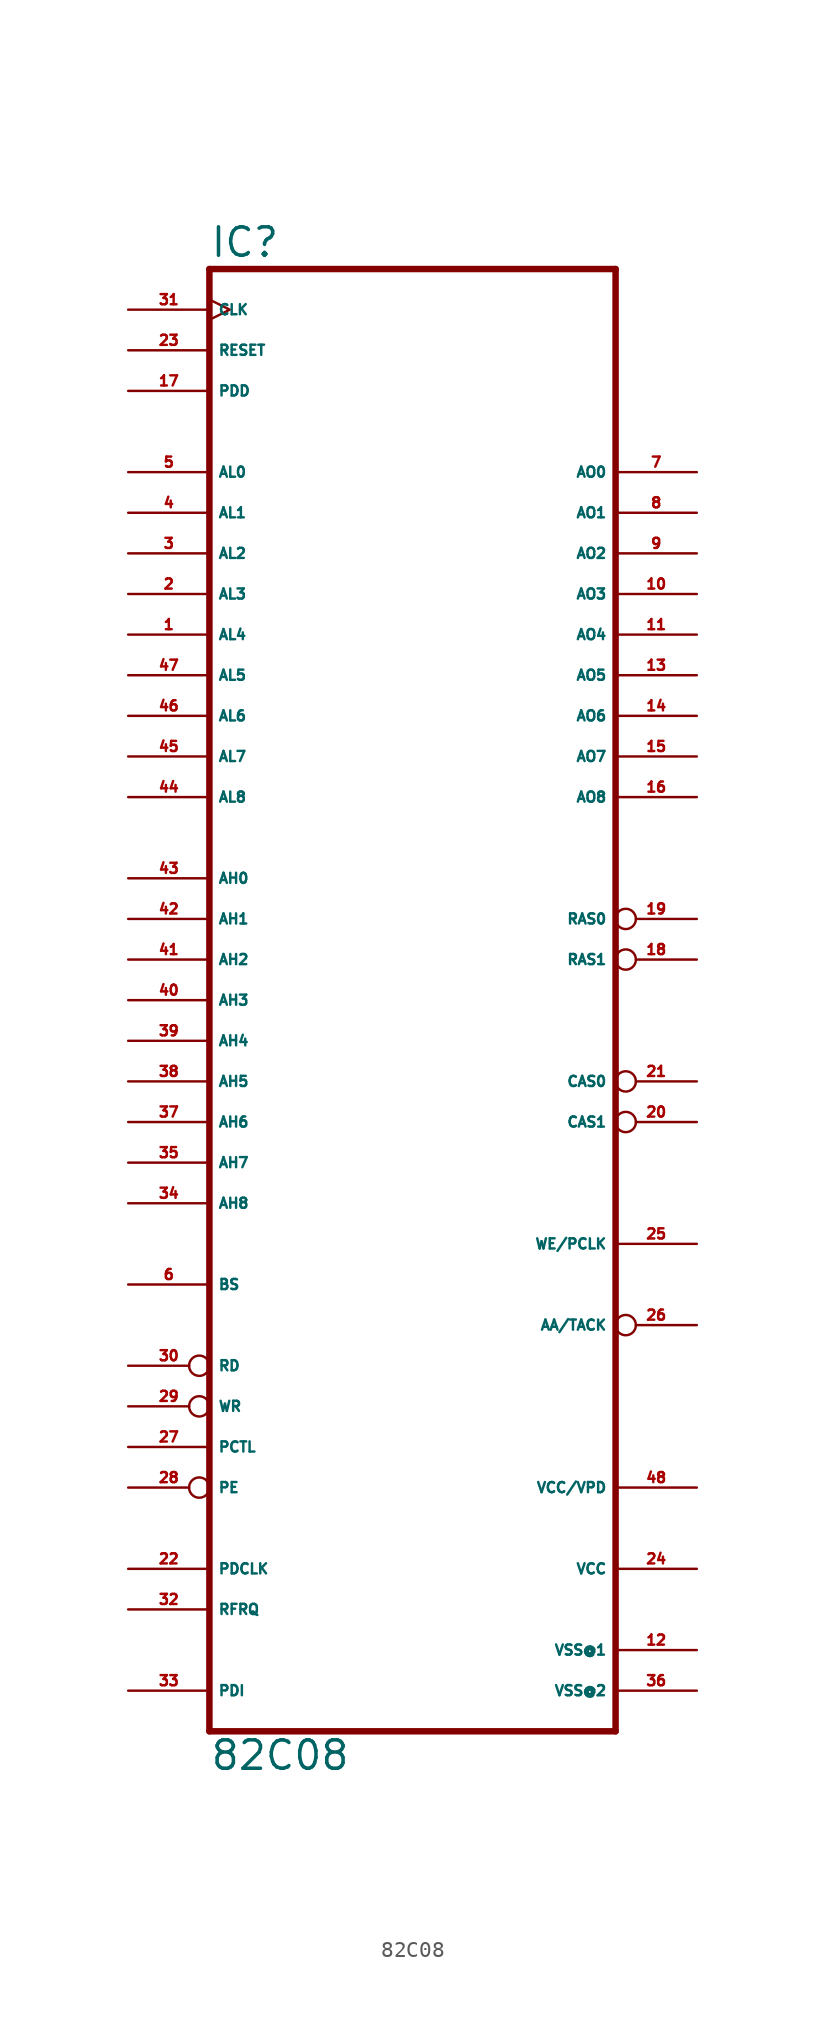
<source format=kicad_sym>
(kicad_symbol_lib
  (version 20220914)
  (generator Eagle2Kicad)
  (symbol "82C08"
    (property "Reference" "IC"
      (at -12.7 43.815 0)
      (effects (font (size 1.778 1.778) (thickness 0.22)) (justify left bottom)))
    (property "Value" "82C08"
      (at -12.7 -50.8 0)
      (effects (font (size 1.778 1.778) (thickness 0.22)) (justify left bottom)))
    (polyline
      (pts (xy -12.7 -48.26) (xy 12.7 -48.26))
      (stroke (width 0.406) (type default))
      (fill (type none)))
    (polyline
      (pts (xy 12.7 43.18) (xy 12.7 -48.26))
      (stroke (width 0.406) (type default))
      (fill (type none)))
    (polyline
      (pts (xy 12.7 43.18) (xy -12.7 43.18))
      (stroke (width 0.406) (type default))
      (fill (type none)))
    (polyline
      (pts (xy -12.7 -48.26) (xy -12.7 43.18))
      (stroke (width 0.406) (type default))
      (fill (type none)))
    (pin input clock
      (at -17.78 40.64 0)
      (length 5.08)
      (name "CLK" (effects (font (size 0.635 0.635) (thickness 0.08)) (justify left bottom)))
      (number "31" (effects (font (size 0.635 0.635) (thickness 0.08)) (justify left bottom))))
    (pin input line
      (at -17.78 38.1 0)
      (length 5.08)
      (name "RESET" (effects (font (size 0.635 0.635) (thickness 0.08)) (justify left bottom)))
      (number "23" (effects (font (size 0.635 0.635) (thickness 0.08)) (justify left bottom))))
    (pin input line
      (at -17.78 35.56 0)
      (length 5.08)
      (name "PDD" (effects (font (size 0.635 0.635) (thickness 0.08)) (justify left bottom)))
      (number "17" (effects (font (size 0.635 0.635) (thickness 0.08)) (justify left bottom))))
    (pin input line
      (at -17.78 30.48 0)
      (length 5.08)
      (name "AL0" (effects (font (size 0.635 0.635) (thickness 0.08)) (justify left bottom)))
      (number "5" (effects (font (size 0.635 0.635) (thickness 0.08)) (justify left bottom))))
    (pin input line
      (at -17.78 27.94 0)
      (length 5.08)
      (name "AL1" (effects (font (size 0.635 0.635) (thickness 0.08)) (justify left bottom)))
      (number "4" (effects (font (size 0.635 0.635) (thickness 0.08)) (justify left bottom))))
    (pin input line
      (at -17.78 25.4 0)
      (length 5.08)
      (name "AL2" (effects (font (size 0.635 0.635) (thickness 0.08)) (justify left bottom)))
      (number "3" (effects (font (size 0.635 0.635) (thickness 0.08)) (justify left bottom))))
    (pin input line
      (at -17.78 22.86 0)
      (length 5.08)
      (name "AL3" (effects (font (size 0.635 0.635) (thickness 0.08)) (justify left bottom)))
      (number "2" (effects (font (size 0.635 0.635) (thickness 0.08)) (justify left bottom))))
    (pin input line
      (at -17.78 20.32 0)
      (length 5.08)
      (name "AL4" (effects (font (size 0.635 0.635) (thickness 0.08)) (justify left bottom)))
      (number "1" (effects (font (size 0.635 0.635) (thickness 0.08)) (justify left bottom))))
    (pin input line
      (at -17.78 17.78 0)
      (length 5.08)
      (name "AL5" (effects (font (size 0.635 0.635) (thickness 0.08)) (justify left bottom)))
      (number "47" (effects (font (size 0.635 0.635) (thickness 0.08)) (justify left bottom))))
    (pin input line
      (at -17.78 15.24 0)
      (length 5.08)
      (name "AL6" (effects (font (size 0.635 0.635) (thickness 0.08)) (justify left bottom)))
      (number "46" (effects (font (size 0.635 0.635) (thickness 0.08)) (justify left bottom))))
    (pin input line
      (at -17.78 12.7 0)
      (length 5.08)
      (name "AL7" (effects (font (size 0.635 0.635) (thickness 0.08)) (justify left bottom)))
      (number "45" (effects (font (size 0.635 0.635) (thickness 0.08)) (justify left bottom))))
    (pin input line
      (at -17.78 10.16 0)
      (length 5.08)
      (name "AL8" (effects (font (size 0.635 0.635) (thickness 0.08)) (justify left bottom)))
      (number "44" (effects (font (size 0.635 0.635) (thickness 0.08)) (justify left bottom))))
    (pin input line
      (at -17.78 5.08 0)
      (length 5.08)
      (name "AH0" (effects (font (size 0.635 0.635) (thickness 0.08)) (justify left bottom)))
      (number "43" (effects (font (size 0.635 0.635) (thickness 0.08)) (justify left bottom))))
    (pin input line
      (at -17.78 2.54 0)
      (length 5.08)
      (name "AH1" (effects (font (size 0.635 0.635) (thickness 0.08)) (justify left bottom)))
      (number "42" (effects (font (size 0.635 0.635) (thickness 0.08)) (justify left bottom))))
    (pin input line
      (at -17.78 0 0)
      (length 5.08)
      (name "AH2" (effects (font (size 0.635 0.635) (thickness 0.08)) (justify left bottom)))
      (number "41" (effects (font (size 0.635 0.635) (thickness 0.08)) (justify left bottom))))
    (pin input line
      (at -17.78 -2.54 0)
      (length 5.08)
      (name "AH3" (effects (font (size 0.635 0.635) (thickness 0.08)) (justify left bottom)))
      (number "40" (effects (font (size 0.635 0.635) (thickness 0.08)) (justify left bottom))))
    (pin input line
      (at -17.78 -5.08 0)
      (length 5.08)
      (name "AH4" (effects (font (size 0.635 0.635) (thickness 0.08)) (justify left bottom)))
      (number "39" (effects (font (size 0.635 0.635) (thickness 0.08)) (justify left bottom))))
    (pin input line
      (at -17.78 -7.62 0)
      (length 5.08)
      (name "AH5" (effects (font (size 0.635 0.635) (thickness 0.08)) (justify left bottom)))
      (number "38" (effects (font (size 0.635 0.635) (thickness 0.08)) (justify left bottom))))
    (pin input line
      (at -17.78 -10.16 0)
      (length 5.08)
      (name "AH6" (effects (font (size 0.635 0.635) (thickness 0.08)) (justify left bottom)))
      (number "37" (effects (font (size 0.635 0.635) (thickness 0.08)) (justify left bottom))))
    (pin input line
      (at -17.78 -12.7 0)
      (length 5.08)
      (name "AH7" (effects (font (size 0.635 0.635) (thickness 0.08)) (justify left bottom)))
      (number "35" (effects (font (size 0.635 0.635) (thickness 0.08)) (justify left bottom))))
    (pin input line
      (at -17.78 -15.24 0)
      (length 5.08)
      (name "AH8" (effects (font (size 0.635 0.635) (thickness 0.08)) (justify left bottom)))
      (number "34" (effects (font (size 0.635 0.635) (thickness 0.08)) (justify left bottom))))
    (pin output line
      (at 17.78 30.48 180)
      (length 5.08)
      (name "AO0" (effects (font (size 0.635 0.635) (thickness 0.08)) (justify left bottom)))
      (number "7" (effects (font (size 0.635 0.635) (thickness 0.08)) (justify left bottom))))
    (pin output line
      (at 17.78 27.94 180)
      (length 5.08)
      (name "AO1" (effects (font (size 0.635 0.635) (thickness 0.08)) (justify left bottom)))
      (number "8" (effects (font (size 0.635 0.635) (thickness 0.08)) (justify left bottom))))
    (pin output line
      (at 17.78 25.4 180)
      (length 5.08)
      (name "AO2" (effects (font (size 0.635 0.635) (thickness 0.08)) (justify left bottom)))
      (number "9" (effects (font (size 0.635 0.635) (thickness 0.08)) (justify left bottom))))
    (pin output line
      (at 17.78 22.86 180)
      (length 5.08)
      (name "AO3" (effects (font (size 0.635 0.635) (thickness 0.08)) (justify left bottom)))
      (number "10" (effects (font (size 0.635 0.635) (thickness 0.08)) (justify left bottom))))
    (pin output line
      (at 17.78 20.32 180)
      (length 5.08)
      (name "AO4" (effects (font (size 0.635 0.635) (thickness 0.08)) (justify left bottom)))
      (number "11" (effects (font (size 0.635 0.635) (thickness 0.08)) (justify left bottom))))
    (pin output line
      (at 17.78 17.78 180)
      (length 5.08)
      (name "AO5" (effects (font (size 0.635 0.635) (thickness 0.08)) (justify left bottom)))
      (number "13" (effects (font (size 0.635 0.635) (thickness 0.08)) (justify left bottom))))
    (pin output line
      (at 17.78 15.24 180)
      (length 5.08)
      (name "AO6" (effects (font (size 0.635 0.635) (thickness 0.08)) (justify left bottom)))
      (number "14" (effects (font (size 0.635 0.635) (thickness 0.08)) (justify left bottom))))
    (pin output line
      (at 17.78 12.7 180)
      (length 5.08)
      (name "AO7" (effects (font (size 0.635 0.635) (thickness 0.08)) (justify left bottom)))
      (number "15" (effects (font (size 0.635 0.635) (thickness 0.08)) (justify left bottom))))
    (pin output line
      (at 17.78 10.16 180)
      (length 5.08)
      (name "AO8" (effects (font (size 0.635 0.635) (thickness 0.08)) (justify left bottom)))
      (number "16" (effects (font (size 0.635 0.635) (thickness 0.08)) (justify left bottom))))
    (pin output inverted
      (at 17.78 2.54 180)
      (length 5.08)
      (name "RAS0" (effects (font (size 0.635 0.635) (thickness 0.08)) (justify left bottom)))
      (number "19" (effects (font (size 0.635 0.635) (thickness 0.08)) (justify left bottom))))
    (pin output inverted
      (at 17.78 0 180)
      (length 5.08)
      (name "RAS1" (effects (font (size 0.635 0.635) (thickness 0.08)) (justify left bottom)))
      (number "18" (effects (font (size 0.635 0.635) (thickness 0.08)) (justify left bottom))))
    (pin output inverted
      (at 17.78 -7.62 180)
      (length 5.08)
      (name "CAS0" (effects (font (size 0.635 0.635) (thickness 0.08)) (justify left bottom)))
      (number "21" (effects (font (size 0.635 0.635) (thickness 0.08)) (justify left bottom))))
    (pin output inverted
      (at 17.78 -10.16 180)
      (length 5.08)
      (name "CAS1" (effects (font (size 0.635 0.635) (thickness 0.08)) (justify left bottom)))
      (number "20" (effects (font (size 0.635 0.635) (thickness 0.08)) (justify left bottom))))
    (pin input line
      (at -17.78 -20.32 0)
      (length 5.08)
      (name "BS" (effects (font (size 0.635 0.635) (thickness 0.08)) (justify left bottom)))
      (number "6" (effects (font (size 0.635 0.635) (thickness 0.08)) (justify left bottom))))
    (pin input line
      (at -17.78 -30.48 0)
      (length 5.08)
      (name "PCTL" (effects (font (size 0.635 0.635) (thickness 0.08)) (justify left bottom)))
      (number "27" (effects (font (size 0.635 0.635) (thickness 0.08)) (justify left bottom))))
    (pin input inverted
      (at -17.78 -33.02 0)
      (length 5.08)
      (name "PE" (effects (font (size 0.635 0.635) (thickness 0.08)) (justify left bottom)))
      (number "28" (effects (font (size 0.635 0.635) (thickness 0.08)) (justify left bottom))))
    (pin input inverted
      (at -17.78 -27.94 0)
      (length 5.08)
      (name "WR" (effects (font (size 0.635 0.635) (thickness 0.08)) (justify left bottom)))
      (number "29" (effects (font (size 0.635 0.635) (thickness 0.08)) (justify left bottom))))
    (pin input inverted
      (at -17.78 -25.4 0)
      (length 5.08)
      (name "RD" (effects (font (size 0.635 0.635) (thickness 0.08)) (justify left bottom)))
      (number "30" (effects (font (size 0.635 0.635) (thickness 0.08)) (justify left bottom))))
    (pin input line
      (at -17.78 -45.72 0)
      (length 5.08)
      (name "PDI" (effects (font (size 0.635 0.635) (thickness 0.08)) (justify left bottom)))
      (number "33" (effects (font (size 0.635 0.635) (thickness 0.08)) (justify left bottom))))
    (pin input line
      (at -17.78 -40.64 0)
      (length 5.08)
      (name "RFRQ" (effects (font (size 0.635 0.635) (thickness 0.08)) (justify left bottom)))
      (number "32" (effects (font (size 0.635 0.635) (thickness 0.08)) (justify left bottom))))
    (pin input line
      (at -17.78 -38.1 0)
      (length 5.08)
      (name "PDCLK" (effects (font (size 0.635 0.635) (thickness 0.08)) (justify left bottom)))
      (number "22" (effects (font (size 0.635 0.635) (thickness 0.08)) (justify left bottom))))
    (pin output line
      (at 17.78 -17.78 180)
      (length 5.08)
      (name "WE/PCLK" (effects (font (size 0.635 0.635) (thickness 0.08)) (justify left bottom)))
      (number "25" (effects (font (size 0.635 0.635) (thickness 0.08)) (justify left bottom))))
    (pin output inverted
      (at 17.78 -22.86 180)
      (length 5.08)
      (name "AA/TACK" (effects (font (size 0.635 0.635) (thickness 0.08)) (justify left bottom)))
      (number "26" (effects (font (size 0.635 0.635) (thickness 0.08)) (justify left bottom))))
    (pin unspecified line
      (at 17.78 -33.02 180)
      (length 5.08)
      (name "VCC/VPD" (effects (font (size 0.635 0.635) (thickness 0.08)) (justify left bottom)))
      (number "48" (effects (font (size 0.635 0.635) (thickness 0.08)) (justify left bottom))))
    (pin unspecified line
      (at 17.78 -38.1 180)
      (length 5.08)
      (name "VCC" (effects (font (size 0.635 0.635) (thickness 0.08)) (justify left bottom)))
      (number "24" (effects (font (size 0.635 0.635) (thickness 0.08)) (justify left bottom))))
    (pin unspecified line
      (at 17.78 -43.18 180)
      (length 5.08)
      (name "VSS@1" (effects (font (size 0.635 0.635) (thickness 0.08)) (justify left bottom)))
      (number "12" (effects (font (size 0.635 0.635) (thickness 0.08)) (justify left bottom))))
    (pin unspecified line
      (at 17.78 -45.72 180)
      (length 5.08)
      (name "VSS@2" (effects (font (size 0.635 0.635) (thickness 0.08)) (justify left bottom)))
      (number "36" (effects (font (size 0.635 0.635) (thickness 0.08)) (justify left bottom))))))
</source>
